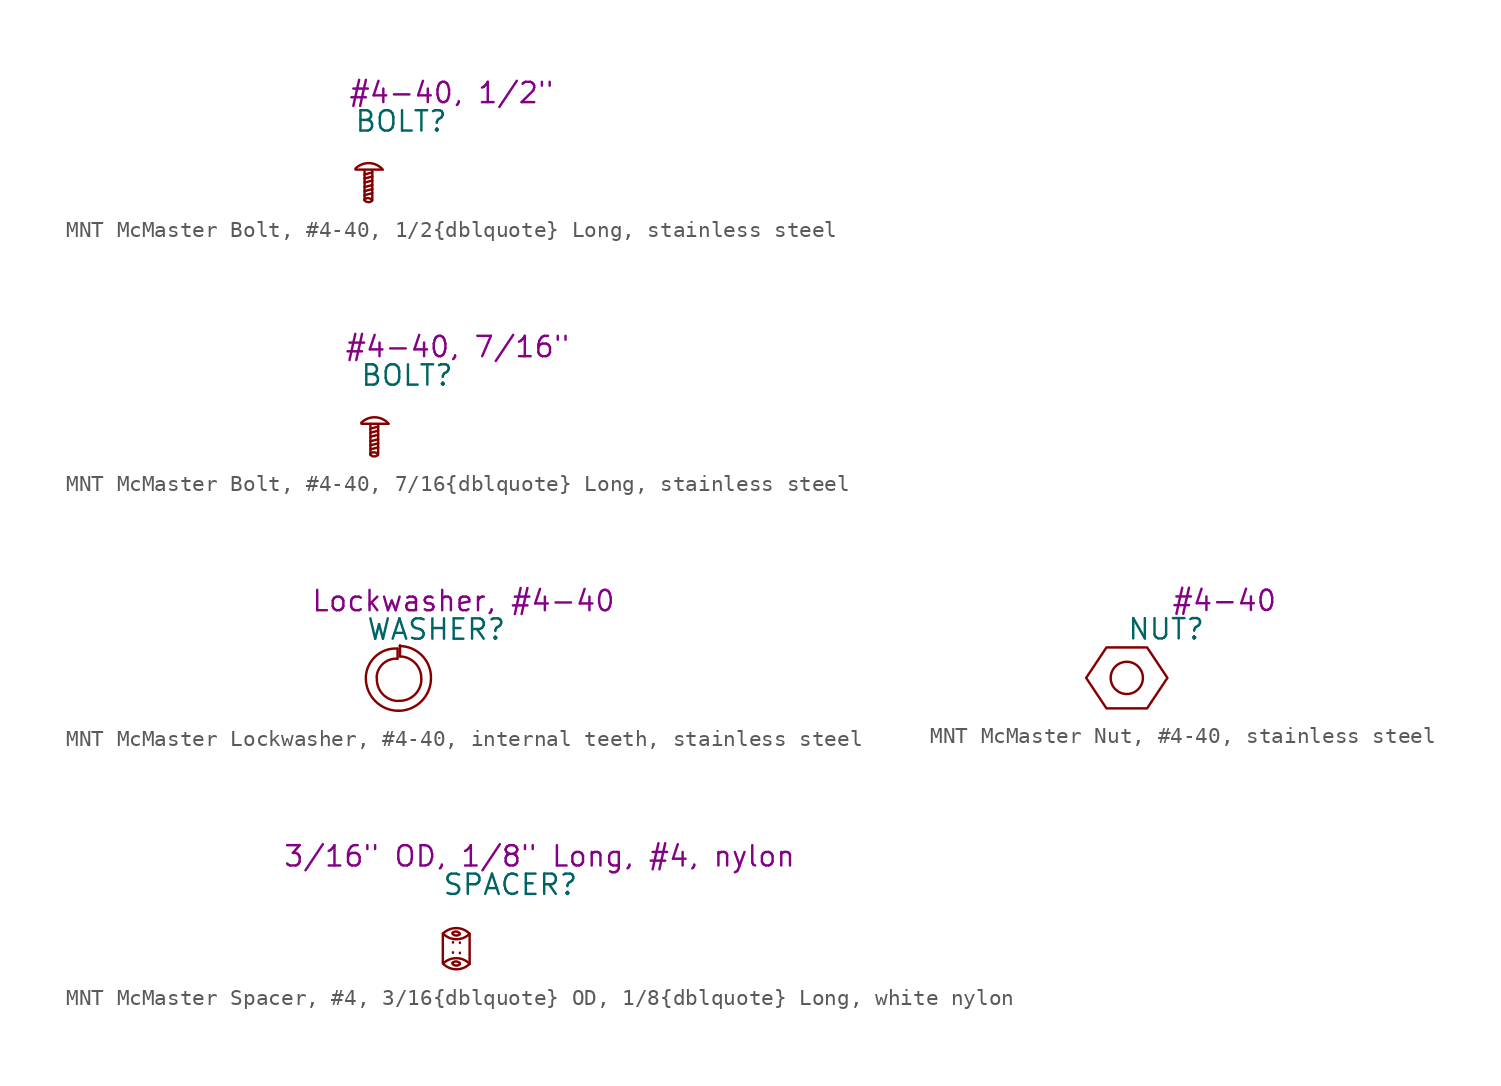
<source format=kicad_sym>
(kicad_symbol_lib
  (version 20220914)
  (generator kicad_symbol_editor)
  (symbol "MNT McMaster Bolt, #4-40, 1/2{dblquote} Long, stainless steel"
    (pin_numbers hide)
    (pin_names
      (offset 0))
    (property "Reference" "BOLT"
      (at 0 3.048 0)
      (effects (font (size 1.27 1.27)) (justify left)))
    (property "Component Value" "#4-40, 1/2\""
      (at 6.096 4.826 0)
      (effects (font (size 1.27 1.27))))
    (symbol "MNT McMaster Bolt, #4-40, 1/2{dblquote} Long, stainless steel_1_1"
      (polyline (pts (xy 0.66 -1.575) (xy 1.143 -1.448)) (stroke (width 0) (type default)) (fill (type none)))
      (polyline (pts (xy 0.66 -1.321) (xy 1.143 -1.194)) (stroke (width 0) (type default)) (fill (type none)))
      (polyline (pts (xy 0.66 -1.067) (xy 1.143 -0.94)) (stroke (width 0) (type default)) (fill (type none)))
      (polyline (pts (xy 0.66 -0.787) (xy 1.143 -0.66)) (stroke (width 0) (type default)) (fill (type none)))
      (polyline (pts (xy 0.66 -0.533) (xy 1.143 -0.406)) (stroke (width 0) (type default)) (fill (type none)))
      (polyline (pts (xy 0.66 -0.279) (xy 1.143 -0.152)) (stroke (width 0) (type default)) (fill (type none)))
      (polyline (pts (xy 0.66 -0.051) (xy 0.66 -1.905)) (stroke (width 0) (type default)) (fill (type none)))
      (polyline (pts (xy 1.143 -0.051) (xy 1.143 -1.905)) (stroke (width 0) (type default)) (fill (type none)))
      (polyline (pts (xy 1.803 0.025) (xy 0.102 0.025)) (stroke (width 0) (type default)) (fill (type none)))
      (arc (start 0.661 -1.9052) (mid 0.8844 -2.013) (end 1.1182 -1.9306) (stroke (width 0) (type default)) (fill (type none)))
      (arc (start 1.1054 -1.867) (mid 0.8819 -1.7592) (end 0.6482 -1.8416) (stroke (width 0) (type default)) (fill (type none)))
      (arc (start 1.7399 0.089) (mid 0.9144 0.4309) (end 0.0889 0.089) (stroke (width 0) (type default)) (fill (type none)))))
  (symbol "MNT McMaster Bolt, #4-40, 7/16{dblquote} Long, stainless steel"
    (pin_numbers hide)
    (pin_names
      (offset 0))
    (property "Reference" "BOLT"
      (at 0 3.048 0)
      (effects (font (size 1.27 1.27)) (justify left)))
    (property "Component Value" "#4-40, 7/16\""
      (at 6.096 4.826 0)
      (effects (font (size 1.27 1.27))))
    (symbol "MNT McMaster Bolt, #4-40, 7/16{dblquote} Long, stainless steel_1_1"
      (polyline (pts (xy 0.66 -1.575) (xy 1.143 -1.448)) (stroke (width 0) (type default)) (fill (type none)))
      (polyline (pts (xy 0.66 -1.321) (xy 1.143 -1.194)) (stroke (width 0) (type default)) (fill (type none)))
      (polyline (pts (xy 0.66 -1.067) (xy 1.143 -0.94)) (stroke (width 0) (type default)) (fill (type none)))
      (polyline (pts (xy 0.66 -0.787) (xy 1.143 -0.66)) (stroke (width 0) (type default)) (fill (type none)))
      (polyline (pts (xy 0.66 -0.533) (xy 1.143 -0.406)) (stroke (width 0) (type default)) (fill (type none)))
      (polyline (pts (xy 0.66 -0.279) (xy 1.143 -0.152)) (stroke (width 0) (type default)) (fill (type none)))
      (polyline (pts (xy 0.66 -0.051) (xy 0.66 -1.905)) (stroke (width 0) (type default)) (fill (type none)))
      (polyline (pts (xy 1.143 -0.051) (xy 1.143 -1.905)) (stroke (width 0) (type default)) (fill (type none)))
      (polyline (pts (xy 1.803 0.025) (xy 0.102 0.025)) (stroke (width 0) (type default)) (fill (type none)))
      (arc (start 0.661 -1.9052) (mid 0.8844 -2.013) (end 1.1182 -1.9306) (stroke (width 0) (type default)) (fill (type none)))
      (arc (start 1.1054 -1.867) (mid 0.8819 -1.7592) (end 0.6482 -1.8416) (stroke (width 0) (type default)) (fill (type none)))
      (arc (start 1.7399 0.089) (mid 0.9144 0.4309) (end 0.0889 0.089) (stroke (width 0) (type default)) (fill (type none)))))
  (symbol "MNT McMaster Lockwasher, #4-40, internal teeth, stainless steel"
    (pin_numbers hide)
    (pin_names
      (offset 0))
    (property "Reference" "WASHER"
      (at 0 3.048 0)
      (effects (font (size 1.27 1.27)) (justify left)))
    (property "Component Value" "Lockwasher, #4-40"
      (at 6.096 4.826 0)
      (effects (font (size 1.27 1.27))))
    (symbol "MNT McMaster Lockwasher, #4-40, internal teeth, stainless steel_0_1"
      (polyline (pts (xy 1.981 1.219) (xy 1.981 1.854)) (stroke (width 0) (type default)) (fill (type none)))
      (polyline (pts (xy 2.134 2.057) (xy 2.134 1.346)) (stroke (width 0) (type default)) (fill (type none)))
      (arc (start 0 0) (mid 0.5957 -1.4363) (end 2.032 -2.032) (stroke (width 0) (type default)) (fill (type none)))
      (arc (start 0.6858 0) (mid 1.0389 -0.9795) (end 1.9812 -1.4224) (stroke (width 0) (type default)) (fill (type none)))
      (arc (start 1.9558 1.2192) (mid 1.0752 0.907) (end 0.6731 0.0635) (stroke (width 0) (type default)) (fill (type none)))
      (arc (start 1.9558 1.8542) (mid 0.6103 1.3702) (end -0.0018 0.078) (stroke (width 0) (type default)) (fill (type none)))
      (arc (start 2.0338 -2.0338) (mid 3.4701 -1.4381) (end 4.0658 -0.0018) (stroke (width 0) (type default)) (fill (type none)))
      (arc (start 2.0447 -1.4097) (mid 3.0242 -1.0566) (end 3.4671 -0.1143) (stroke (width 0) (type default)) (fill (type none)))
      (arc (start 3.4671 -0.0635) (mid 3.114 0.916) (end 2.1717 1.3589) (stroke (width 0) (type default)) (fill (type none)))
      (arc (start 4.0658 0.0526) (mid 3.4908 1.4342) (end 2.1082 2.0066) (stroke (width 0) (type default)) (fill (type none)))))
  (symbol "MNT McMaster Nut, #4-40, stainless steel"
    (pin_numbers hide)
    (pin_names
      (offset 0))
    (property "Reference" "NUT"
      (at 0 3.048 0)
      (effects (font (size 1.27 1.27)) (justify left)))
    (property "Component Value" "#4-40"
      (at 6.096 4.826 0)
      (effects (font (size 1.27 1.27))))
    (symbol "MNT McMaster Nut, #4-40, stainless steel_0_1"
      (polyline (pts (xy 0 1.905) (xy 1.27 1.905) (xy 2.54 0) (xy 1.27 -1.905) (xy -1.27 -1.905) (xy -2.54 0) (xy -1.27 1.905) (xy 0 1.905)) (stroke (width 0) (type default)) (fill (type none)))
      (circle (center 0 0) (radius 1.007) (stroke (width 0) (type default)) (fill (type none)))))
  (symbol "MNT McMaster Spacer, #4, 3/16{dblquote} OD, 1/8{dblquote} Long, white nylon"
    (pin_numbers hide)
    (pin_names
      (offset 0))
    (property "Reference" "SPACER"
      (at 0 3.048 0)
      (effects (font (size 1.27 1.27)) (justify left)))
    (property "Component Value" "3/16\" OD, 1/8\" Long, #4, nylon"
      (at 6.096 4.826 0)
      (effects (font (size 1.27 1.27))))
    (symbol "MNT McMaster Spacer, #4, 3/16{dblquote} OD, 1/8{dblquote} Long, white nylon_1_1"
      (polyline (pts (xy 0.051 0) (xy 0.051 -1.854)) (stroke (width 0) (type default)) (fill (type none)))
      (polyline (pts (xy 0.686 -1.854) (xy 0.686 -0.025)) (stroke (width 0) (type dot)) (fill (type none)))
      (polyline (pts (xy 1.118 -1.88) (xy 1.118 -0.051)) (stroke (width 0) (type dot)) (fill (type none)))
      (polyline (pts (xy 1.727 -0.051) (xy 1.727 -1.905)) (stroke (width 0) (type default)) (fill (type none)))
      (arc (start 0.0762 -1.905) (mid 0.9017 -2.2469) (end 1.7272 -1.905) (stroke (width 0) (type default)) (fill (type none)))
      (arc (start 0.0762 -0.0254) (mid 0.9017 -0.3673) (end 1.7272 -0.0254) (stroke (width 0) (type default)) (fill (type none)))
      (arc (start 0.6604 -0.0254) (mid 0.8837 -0.1328) (end 1.1176 -0.0508) (stroke (width 0) (type default)) (fill (type none)))
      (arc (start 0.661 -1.9052) (mid 0.8844 -2.013) (end 1.1182 -1.9306) (stroke (width 0) (type default)) (fill (type none)))
      (arc (start 1.1048 0.0128) (mid 0.8815 0.1201) (end 0.6476 0.0382) (stroke (width 0) (type default)) (fill (type none)))
      (arc (start 1.1054 -1.867) (mid 0.8819 -1.7592) (end 0.6482 -1.8416) (stroke (width 0) (type default)) (fill (type none)))
      (arc (start 1.7145 -1.8922) (mid 0.889 -1.5503) (end 0.0635 -1.8922) (stroke (width 0) (type default)) (fill (type none)))
      (arc (start 1.7145 -0.0126) (mid 0.889 0.3293) (end 0.0635 -0.0126) (stroke (width 0) (type default)) (fill (type none))))))
</source>
